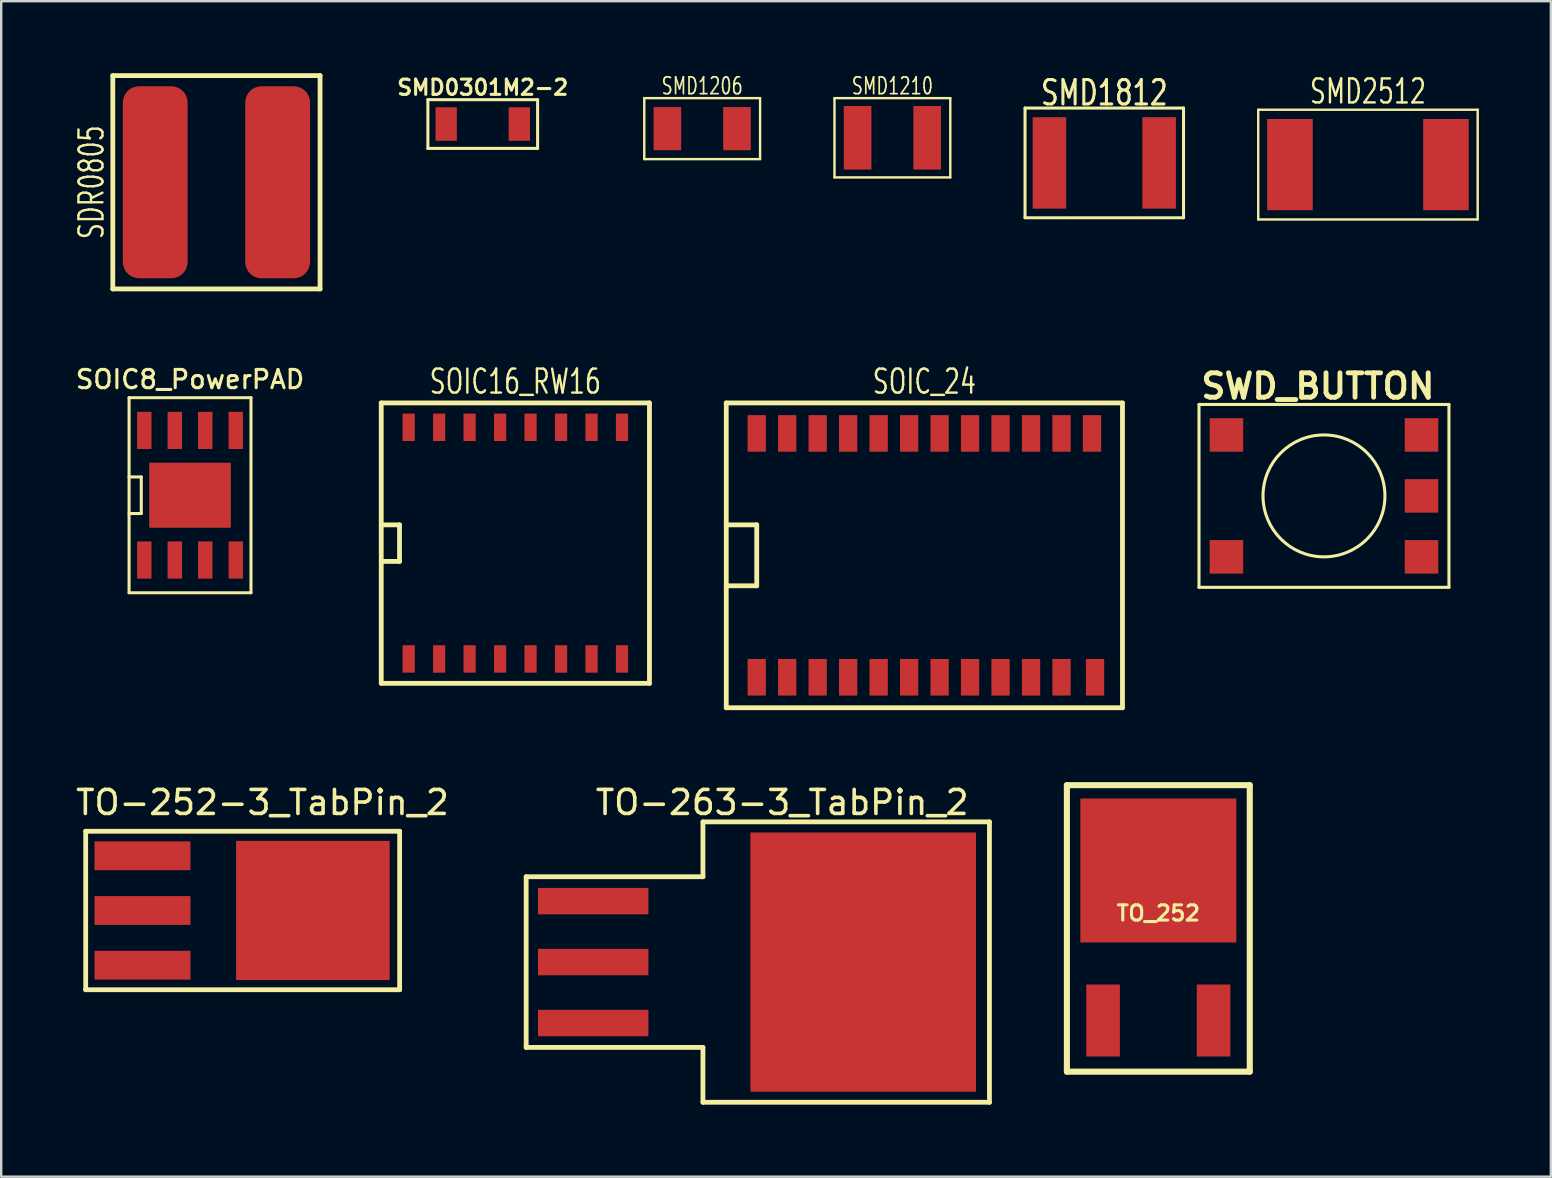
<source format=kicad_pcb>
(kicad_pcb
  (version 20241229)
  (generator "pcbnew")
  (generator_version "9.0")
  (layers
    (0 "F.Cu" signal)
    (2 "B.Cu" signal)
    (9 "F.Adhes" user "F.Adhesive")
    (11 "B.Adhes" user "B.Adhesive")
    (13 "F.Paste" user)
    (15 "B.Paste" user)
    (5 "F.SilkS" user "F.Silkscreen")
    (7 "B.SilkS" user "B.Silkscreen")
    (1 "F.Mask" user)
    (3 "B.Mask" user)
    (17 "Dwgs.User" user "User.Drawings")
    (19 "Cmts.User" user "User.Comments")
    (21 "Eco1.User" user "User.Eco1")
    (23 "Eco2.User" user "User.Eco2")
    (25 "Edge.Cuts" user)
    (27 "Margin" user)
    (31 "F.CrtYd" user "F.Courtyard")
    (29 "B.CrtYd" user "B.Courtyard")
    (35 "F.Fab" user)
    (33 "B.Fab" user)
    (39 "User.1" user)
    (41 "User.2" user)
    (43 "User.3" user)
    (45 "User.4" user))
  (footprint "SMD1210"
    (layer "F.Cu")
    (at 34.134 2.691)
    (property "Reference" "SMD1210" (at 0 -2.159 0) (layer "F.SilkS") (effects (font (size 0.7 0.49) (thickness 0.07))))
    (attr smd)
    (fp_line (start -2.413 -1.651) (end -2.413 1.651) (stroke (width 0.1) (type solid)) (layer "F.SilkS"))
    (fp_line (start -2.413 1.651) (end 2.413 1.651) (stroke (width 0.1) (type solid)) (layer "F.SilkS"))
    (fp_line (start 2.413 -1.651) (end -2.413 -1.651) (stroke (width 0.1) (type solid)) (layer "F.SilkS"))
    (fp_line (start 2.413 -1.651) (end 2.413 1.651) (stroke (width 0.1) (type solid)) (layer "F.SilkS"))
    (pad "1" smd rect (at -1.45 0) (size 1.15 2.65) (layers "F.Cu" "F.Mask" "F.Paste"))
    (pad "2" smd rect (at 1.45 0) (size 1.15 2.65) (layers "F.Cu" "F.Mask" "F.Paste")))
  (footprint "SMD0301M2-2"
    (layer "F.Cu")
    (at 17.065 2.118)
    (property "Reference" "SMD0301M2-2" (at 0 -1.524 0) (layer "F.SilkS") (effects (font (size 0.635 0.635) (thickness 0.127))))
    (attr smd)
    (fp_line (start -2.286 -1.016) (end 2.286 -1.016) (stroke (width 0.127) (type solid)) (layer "F.SilkS"))
    (fp_line (start -2.286 1.016) (end -2.286 -1.016) (stroke (width 0.127) (type solid)) (layer "F.SilkS"))
    (fp_line (start 2.286 -1.016) (end 2.286 1.016) (stroke (width 0.127) (type solid)) (layer "F.SilkS"))
    (fp_line (start 2.286 1.016) (end -2.286 1.016) (stroke (width 0.127) (type solid)) (layer "F.SilkS"))
    (pad "1" smd rect (at -1.524 0) (size 0.889 1.397) (layers "F.Cu" "F.Mask" "F.Paste"))
    (pad "2" smd rect (at 1.524 0) (size 0.889 1.397) (layers "F.Cu" "F.Mask" "F.Paste")))
  (footprint "SWD_BUTTON"
    (layer "F.Cu")
    (at 51.863 17.613)
    (property "Reference" "SWD_BUTTON" (at 0 -4.572 0) (layer "F.SilkS") (effects (font (size 1.016 1.016) (thickness 0.203))))
    (attr through_hole)
    (fp_line (start -4.953 -3.81) (end -4.953 3.81) (stroke (width 0.127) (type solid)) (layer "F.SilkS"))
    (fp_line (start -4.953 -3.81) (end 5.461 -3.81) (stroke (width 0.127) (type solid)) (layer "F.SilkS"))
    (fp_line (start -4.953 3.81) (end 5.461 3.81) (stroke (width 0.127) (type solid)) (layer "F.SilkS"))
    (fp_line (start 5.461 -3.81) (end 5.461 3.81) (stroke (width 0.127) (type solid)) (layer "F.SilkS"))
    (fp_circle (center 0.254 0) (end 0.254 -2.54) (stroke (width 0.127) (type solid)) (fill no) (layer "F.SilkS"))
    (pad "1" smd rect (at -3.81 -2.54) (size 1.397 1.397) (layers "F.Cu" "F.Mask" "F.Paste"))
    (pad "2" smd rect (at 4.318 -2.54) (size 1.397 1.397) (layers "F.Cu" "F.Mask" "F.Paste"))
    (pad "3" smd rect (at -3.81 2.54) (size 1.397 1.397) (layers "F.Cu" "F.Mask" "F.Paste"))
    (pad "4" smd rect (at 4.318 2.54) (size 1.397 1.397) (layers "F.Cu" "F.Mask" "F.Paste"))
    (pad "5" smd rect (at 4.318 0) (size 1.397 1.397) (layers "F.Cu" "F.Mask" "F.Paste")))
  (footprint "TO_252"
    (layer "F.Cu")
    (at 45.215 39.572)
    (property "Reference" "TO_252" (at 0 -4.572 0) (layer "F.SilkS") (effects (font (size 0.635 0.635) (thickness 0.127))))
    (attr smd)
    (fp_line (start -3.81 -9.906) (end 3.81 -9.906) (stroke (width 0.254) (type solid)) (layer "F.SilkS"))
    (fp_line (start -3.81 2.032) (end -3.81 -9.906) (stroke (width 0.254) (type solid)) (layer "F.SilkS"))
    (fp_line (start -3.81 2.032) (end 3.81 2.032) (stroke (width 0.254) (type solid)) (layer "F.SilkS"))
    (fp_line (start 3.81 -9.906) (end 3.81 2.032) (stroke (width 0.254) (type solid)) (layer "F.SilkS"))
    (pad "1" smd rect (at -2.301 -0.099) (size 1.4 3) (layers "F.Cu" "F.Mask" "F.Paste"))
    (pad "2" smd rect (at 0 -6.35) (size 6.5 5.999) (layers "F.Cu" "F.Mask" "F.Paste"))
    (pad "3" smd rect (at 2.301 -0.099) (size 1.4 3) (layers "F.Cu" "F.Mask" "F.Paste")))
  (footprint "SOIC16_RW16"
    (layer "F.Cu")
    (at 18.423 19.581)
    (property "Reference" "SOIC16_RW16" (at 0 -6.731 0) (layer "F.SilkS") (effects (font (size 1 0.7) (thickness 0.1))))
    (attr smd)
    (fp_line (start -5.588 -5.842) (end -5.588 5.842) (stroke (width 0.2) (type solid)) (layer "F.SilkS"))
    (fp_line (start -5.588 -5.842) (end 5.588 -5.842) (stroke (width 0.2) (type solid)) (layer "F.SilkS"))
    (fp_line (start -5.588 5.842) (end 5.588 5.842) (stroke (width 0.2) (type solid)) (layer "F.SilkS"))
    (fp_line (start -4.826 -0.762) (end -5.588 -0.762) (stroke (width 0.2) (type solid)) (layer "F.SilkS"))
    (fp_line (start -4.826 0.762) (end -5.588 0.762) (stroke (width 0.2) (type solid)) (layer "F.SilkS"))
    (fp_line (start -4.826 0.762) (end -4.826 -0.762) (stroke (width 0.2) (type solid)) (layer "F.SilkS"))
    (fp_line (start 5.588 5.842) (end 5.588 -5.842) (stroke (width 0.2) (type solid)) (layer "F.SilkS"))
    (pad "1" smd rect (at -4.445 4.826) (size 0.508 1.143) (layers "F.Cu" "F.Mask"))
    (pad "2" smd rect (at -3.175 4.826) (size 0.508 1.143) (layers "F.Cu" "F.Mask"))
    (pad "3" smd rect (at -1.905 4.826) (size 0.508 1.143) (layers "F.Cu" "F.Mask"))
    (pad "4" smd rect (at -0.635 4.826) (size 0.508 1.143) (layers "F.Cu" "F.Mask"))
    (pad "5" smd rect (at 0.635 4.826) (size 0.508 1.143) (layers "F.Cu" "F.Mask"))
    (pad "6" smd rect (at 1.905 4.826) (size 0.508 1.143) (layers "F.Cu" "F.Mask"))
    (pad "7" smd rect (at 3.175 4.826) (size 0.508 1.143) (layers "F.Cu" "F.Mask"))
    (pad "8" smd rect (at 4.445 4.826) (size 0.508 1.143) (layers "F.Cu" "F.Mask"))
    (pad "9" smd rect (at 4.445 -4.826) (size 0.508 1.143) (layers "F.Cu" "F.Mask"))
    (pad "10" smd rect (at 3.175 -4.826) (size 0.508 1.143) (layers "F.Cu" "F.Mask"))
    (pad "11" smd rect (at 1.905 -4.826) (size 0.508 1.143) (layers "F.Cu" "F.Mask"))
    (pad "12" smd rect (at 0.635 -4.826) (size 0.508 1.143) (layers "F.Cu" "F.Mask"))
    (pad "13" smd rect (at -0.635 -4.826) (size 0.508 1.143) (layers "F.Cu" "F.Mask"))
    (pad "14" smd rect (at -1.905 -4.826) (size 0.508 1.143) (layers "F.Cu" "F.Mask"))
    (pad "15" smd rect (at -3.175 -4.826) (size 0.508 1.143) (layers "F.Cu" "F.Mask"))
    (pad "16" smd rect (at -4.445 -4.826) (size 0.508 1.143) (layers "F.Cu" "F.Mask")))
  (footprint "SDR0805"
    (layer "F.Cu")
    (at 5.968 4.545)
    (property "Reference" "SDR0805" (at -5.207 0 90) (layer "F.SilkS") (effects (font (size 1 0.7) (thickness 0.1))))
    (attr smd)
    (fp_line (start -4.318 -4.445) (end -4.318 4.445) (stroke (width 0.2) (type solid)) (layer "F.SilkS"))
    (fp_line (start -4.318 4.445) (end 4.318 4.445) (stroke (width 0.2) (type solid)) (layer "F.SilkS"))
    (fp_line (start 4.318 -4.445) (end -4.318 -4.445) (stroke (width 0.2) (type solid)) (layer "F.SilkS"))
    (fp_line (start 4.318 4.445) (end 4.318 -4.445) (stroke (width 0.2) (type solid)) (layer "F.SilkS"))
    (pad "1" smd roundrect (at -2.55 0) (size 2.7 8) (layers "F.Cu" "F.Mask") (roundrect_rratio 0.25) (chamfer_ratio 0.2) (chamfer))
    (pad "2" smd roundrect (at 2.55 0) (size 2.7 8) (layers "F.Cu" "F.Mask") (roundrect_rratio 0.25)))
  (footprint "SMD2512"
    (layer "F.Cu")
    (at 53.95 3.808)
    (property "Reference" "SMD2512" (at 0 -3.048 0) (layer "F.SilkS") (effects (font (size 1 0.7) (thickness 0.1))))
    (attr smd)
    (fp_line (start -4.572 -2.286) (end 4.572 -2.286) (stroke (width 0.1) (type solid)) (layer "F.SilkS"))
    (fp_line (start -4.572 2.286) (end -4.572 -2.286) (stroke (width 0.1) (type solid)) (layer "F.SilkS"))
    (fp_line (start -4.572 2.286) (end 4.572 2.286) (stroke (width 0.1) (type solid)) (layer "F.SilkS"))
    (fp_line (start 4.572 -2.286) (end 4.572 2.286) (stroke (width 0.1) (type solid)) (layer "F.SilkS"))
    (pad "1" smd rect (at -3.25 0) (size 1.9 3.8) (layers "F.Cu" "F.Mask" "F.Paste"))
    (pad "2" smd rect (at 3.25 0) (size 1.9 3.8) (layers "F.Cu" "F.Mask" "F.Paste")))
  (footprint "SMD1812"
    (layer "F.Cu")
    (at 42.963 3.738)
    (property "Reference" "SMD1812" (at 0 -2.921 0) (layer "F.SilkS") (effects (font (size 1.016 0.762) (thickness 0.127))))
    (attr smd)
    (fp_line (start -3.302 -2.286) (end -3.302 2.286) (stroke (width 0.127) (type solid)) (layer "F.SilkS"))
    (fp_line (start -3.302 2.286) (end 3.302 2.286) (stroke (width 0.127) (type solid)) (layer "F.SilkS"))
    (fp_line (start 3.302 -2.286) (end -3.302 -2.286) (stroke (width 0.127) (type solid)) (layer "F.SilkS"))
    (fp_line (start 3.302 2.286) (end 3.302 -2.286) (stroke (width 0.127) (type solid)) (layer "F.SilkS"))
    (pad "1" smd rect (at -2.286 0) (size 1.397 3.81) (layers "F.Cu" "F.Mask" "F.Paste"))
    (pad "2" smd rect (at 2.286 0) (size 1.397 3.81) (layers "F.Cu" "F.Mask" "F.Paste")))
  (footprint "TO-252-3_TabPin_2"
    (layer "F.Cu")
    (at 7.887 34.888)
    (property "Reference" "TO-252-3_TabPin_2" (at 0 -4.5 0) (layer "F.SilkS") (effects (font (size 1 1) (thickness 0.15))))
    (attr smd)
    (fp_line (start -7.366 3.302) (end -7.366 -3.302) (stroke (width 0.2) (type solid)) (layer "F.SilkS"))
    (fp_line (start 5.715 -3.302) (end -7.366 -3.302) (stroke (width 0.2) (type solid)) (layer "F.SilkS"))
    (fp_line (start 5.715 3.302) (end -7.366 3.302) (stroke (width 0.2) (type solid)) (layer "F.SilkS"))
    (fp_line (start 5.715 3.302) (end 5.715 -3.302) (stroke (width 0.2) (type solid)) (layer "F.SilkS"))
    (pad "1" smd rect (at -5 -2.28) (size 4 1.2) (layers "F.Cu" "F.Mask"))
    (pad "2" smd rect (at -5 0) (size 4 1.2) (layers "F.Cu" "F.Mask"))
    (pad "2" smd rect (at 2.1 0) (size 6.4 5.8) (layers "F.Cu" "F.Mask"))
    (pad "3" smd rect (at -5 2.28) (size 4 1.2) (layers "F.Cu" "F.Mask")))
  (footprint "SOIC_24"
    (layer "F.Cu")
    (at 35.466 20.09)
    (property "Reference" "SOIC_24" (at 0 -7.239 0) (layer "F.SilkS") (effects (font (size 1 0.7) (thickness 0.1))))
    (attr smd)
    (fp_line (start -8.255 -6.35) (end 8.255 -6.35) (stroke (width 0.2) (type solid)) (layer "F.SilkS"))
    (fp_line (start -8.255 -1.27) (end -6.985 -1.27) (stroke (width 0.2) (type solid)) (layer "F.SilkS"))
    (fp_line (start -8.255 6.35) (end -8.255 -6.35) (stroke (width 0.2) (type solid)) (layer "F.SilkS"))
    (fp_line (start -6.985 -1.27) (end -6.985 1.27) (stroke (width 0.2) (type solid)) (layer "F.SilkS"))
    (fp_line (start -6.985 1.27) (end -8.255 1.27) (stroke (width 0.2) (type solid)) (layer "F.SilkS"))
    (fp_line (start 8.255 6.35) (end -8.255 6.35) (stroke (width 0.2) (type solid)) (layer "F.SilkS"))
    (fp_line (start 8.255 6.35) (end 8.255 -6.35) (stroke (width 0.2) (type solid)) (layer "F.SilkS"))
    (pad "1" smd rect (at -6.985 5.08) (size 0.762 1.524) (layers "F.Cu" "F.Mask"))
    (pad "2" smd rect (at -5.715 5.08) (size 0.762 1.524) (layers "F.Cu" "F.Mask"))
    (pad "3" smd rect (at -4.445 5.08) (size 0.762 1.524) (layers "F.Cu" "F.Mask"))
    (pad "4" smd rect (at -3.175 5.08) (size 0.762 1.524) (layers "F.Cu" "F.Mask"))
    (pad "5" smd rect (at -1.905 5.08) (size 0.762 1.524) (layers "F.Cu" "F.Mask"))
    (pad "6" smd rect (at -0.635 5.08) (size 0.762 1.524) (layers "F.Cu" "F.Mask"))
    (pad "7" smd rect (at 0.635 5.08) (size 0.762 1.524) (layers "F.Cu" "F.Mask"))
    (pad "8" smd rect (at 1.905 5.08) (size 0.762 1.524) (layers "F.Cu" "F.Mask"))
    (pad "9" smd rect (at 3.175 5.08) (size 0.762 1.524) (layers "F.Cu" "F.Mask"))
    (pad "10" smd rect (at 4.445 5.08) (size 0.762 1.524) (layers "F.Cu" "F.Mask"))
    (pad "11" smd rect (at 5.715 5.08) (size 0.762 1.524) (layers "F.Cu" "F.Mask"))
    (pad "12" smd rect (at 7.112 5.08) (size 0.762 1.524) (layers "F.Cu" "F.Mask"))
    (pad "13" smd rect (at 6.985 -5.08) (size 0.762 1.524) (layers "F.Cu" "F.Mask"))
    (pad "14" smd rect (at 5.715 -5.08) (size 0.762 1.524) (layers "F.Cu" "F.Mask"))
    (pad "15" smd rect (at 4.445 -5.08) (size 0.762 1.524) (layers "F.Cu" "F.Mask"))
    (pad "16" smd rect (at 3.175 -5.08) (size 0.762 1.524) (layers "F.Cu" "F.Mask"))
    (pad "17" smd rect (at 1.905 -5.08) (size 0.762 1.524) (layers "F.Cu" "F.Mask"))
    (pad "18" smd rect (at 0.635 -5.08) (size 0.762 1.524) (layers "F.Cu" "F.Mask"))
    (pad "19" smd rect (at -0.635 -5.08) (size 0.762 1.524) (layers "F.Cu" "F.Mask"))
    (pad "20" smd rect (at -1.905 -5.08) (size 0.762 1.524) (layers "F.Cu" "F.Mask"))
    (pad "21" smd rect (at -3.175 -5.08) (size 0.762 1.524) (layers "F.Cu" "F.Mask"))
    (pad "22" smd rect (at -4.445 -5.08) (size 0.762 1.524) (layers "F.Cu" "F.Mask"))
    (pad "23" smd rect (at -5.715 -5.08) (size 0.762 1.524) (layers "F.Cu" "F.Mask"))
    (pad "24" smd rect (at -6.985 -5.08) (size 0.762 1.524) (layers "F.Cu" "F.Mask")))
  (footprint "SOIC8_PowerPAD"
    (layer "F.Cu")
    (at 4.868 17.585)
    (property "Reference" "SOIC8_PowerPAD" (at 0 -4.826 0) (layer "F.SilkS") (effects (font (size 0.762 0.762) (thickness 0.127))))
    (attr smd)
    (fp_line (start -2.54 -4.064) (end 2.54 -4.064) (stroke (width 0.127) (type solid)) (layer "F.SilkS"))
    (fp_line (start -2.54 -0.762) (end -2.032 -0.762) (stroke (width 0.127) (type solid)) (layer "F.SilkS"))
    (fp_line (start -2.54 4.064) (end -2.54 -4.064) (stroke (width 0.127) (type solid)) (layer "F.SilkS"))
    (fp_line (start -2.032 -0.762) (end -2.032 0.762) (stroke (width 0.127) (type solid)) (layer "F.SilkS"))
    (fp_line (start -2.032 0.762) (end -2.54 0.762) (stroke (width 0.127) (type solid)) (layer "F.SilkS"))
    (fp_line (start 2.54 4.064) (end -2.54 4.064) (stroke (width 0.127) (type solid)) (layer "F.SilkS"))
    (fp_line (start 2.54 4.064) (end 2.54 -4.064) (stroke (width 0.127) (type solid)) (layer "F.SilkS"))
    (pad "1" smd rect (at -1.905 2.7) (size 0.6 1.55) (layers "F.Cu" "F.Mask" "F.Paste"))
    (pad "2" smd rect (at -0.635 2.7) (size 0.6 1.55) (layers "F.Cu" "F.Mask" "F.Paste"))
    (pad "3" smd rect (at 0.635 2.7) (size 0.6 1.55) (layers "F.Cu" "F.Mask" "F.Paste"))
    (pad "4" smd rect (at 1.905 2.7) (size 0.6 1.55) (layers "F.Cu" "F.Mask" "F.Paste"))
    (pad "5" smd rect (at 1.905 -2.7) (size 0.6 1.55) (layers "F.Cu" "F.Mask" "F.Paste"))
    (pad "6" smd rect (at 0.635 -2.7) (size 0.6 1.55) (layers "F.Cu" "F.Mask" "F.Paste"))
    (pad "7" smd rect (at -0.635 -2.7) (size 0.6 1.55) (layers "F.Cu" "F.Mask" "F.Paste"))
    (pad "8" smd rect (at -1.905 -2.7) (size 0.6 1.55) (layers "F.Cu" "F.Mask" "F.Paste"))
    (pad "9" smd rect (at 0 0) (size 3.4 2.71) (layers "F.Cu" "F.Mask" "F.Paste")))
  (footprint "TO-263-3_TabPin_2"
    (layer "F.Cu")
    (at 29.542 37.038)
    (property "Reference" "TO-263-3_TabPin_2" (at 0 -6.65 0) (layer "F.SilkS") (effects (font (size 1 1) (thickness 0.15))))
    (attr smd)
    (fp_line (start -10.668 -3.556) (end -10.668 3.556) (stroke (width 0.2) (type solid)) (layer "F.SilkS"))
    (fp_line (start -3.302 -5.842) (end -3.302 -3.556) (stroke (width 0.2) (type solid)) (layer "F.SilkS"))
    (fp_line (start -3.302 -3.556) (end -10.668 -3.556) (stroke (width 0.2) (type solid)) (layer "F.SilkS"))
    (fp_line (start -3.302 3.556) (end -10.668 3.556) (stroke (width 0.2) (type solid)) (layer "F.SilkS"))
    (fp_line (start -3.302 5.842) (end -3.302 3.556) (stroke (width 0.2) (type solid)) (layer "F.SilkS"))
    (fp_line (start -3.302 5.842) (end 8.636 5.842) (stroke (width 0.2) (type solid)) (layer "F.SilkS"))
    (fp_line (start 8.636 -5.842) (end -3.302 -5.842) (stroke (width 0.2) (type solid)) (layer "F.SilkS"))
    (fp_line (start 8.636 5.842) (end 8.636 -5.842) (stroke (width 0.2) (type solid)) (layer "F.SilkS"))
    (pad "1" smd rect (at -7.874 -2.54) (size 4.6 1.1) (layers "F.Cu" "F.Mask" "F.Paste"))
    (pad "2" smd rect (at -7.874 0) (size 4.6 1.1) (layers "F.Cu" "F.Mask" "F.Paste"))
    (pad "2" smd rect (at 3.375 0) (size 9.4 10.8) (layers "F.Cu" "F.Mask"))
    (pad "3" smd rect (at -7.874 2.54) (size 4.6 1.1) (layers "F.Cu" "F.Mask" "F.Paste")))
  (footprint "SMD1206"
    (layer "F.Cu")
    (at 26.208 2.31)
    (property "Reference" "SMD1206" (at 0 -1.778 0) (layer "F.SilkS") (effects (font (size 0.7 0.49) (thickness 0.07))))
    (attr smd)
    (fp_line (start -2.413 -1.27) (end 2.413 -1.27) (stroke (width 0.1) (type solid)) (layer "F.SilkS"))
    (fp_line (start -2.413 1.27) (end -2.413 -1.27) (stroke (width 0.1) (type solid)) (layer "F.SilkS"))
    (fp_line (start -2.413 1.27) (end 2.413 1.27) (stroke (width 0.1) (type solid)) (layer "F.SilkS"))
    (fp_line (start 2.413 -1.27) (end 2.413 1.27) (stroke (width 0.1) (type solid)) (layer "F.SilkS"))
    (pad "1" smd rect (at -1.45 0) (size 1.15 1.8) (layers "F.Cu" "F.Mask" "F.Paste"))
    (pad "2" smd rect (at 1.45 0) (size 1.15 1.8) (layers "F.Cu" "F.Mask" "F.Paste")))
  (gr_rect
    (start -3 -3)
    (end 61.572 45.98)
    (stroke (width 0.1) (type default))
    (fill no)
    (layer "Edge.Cuts")))
</source>
